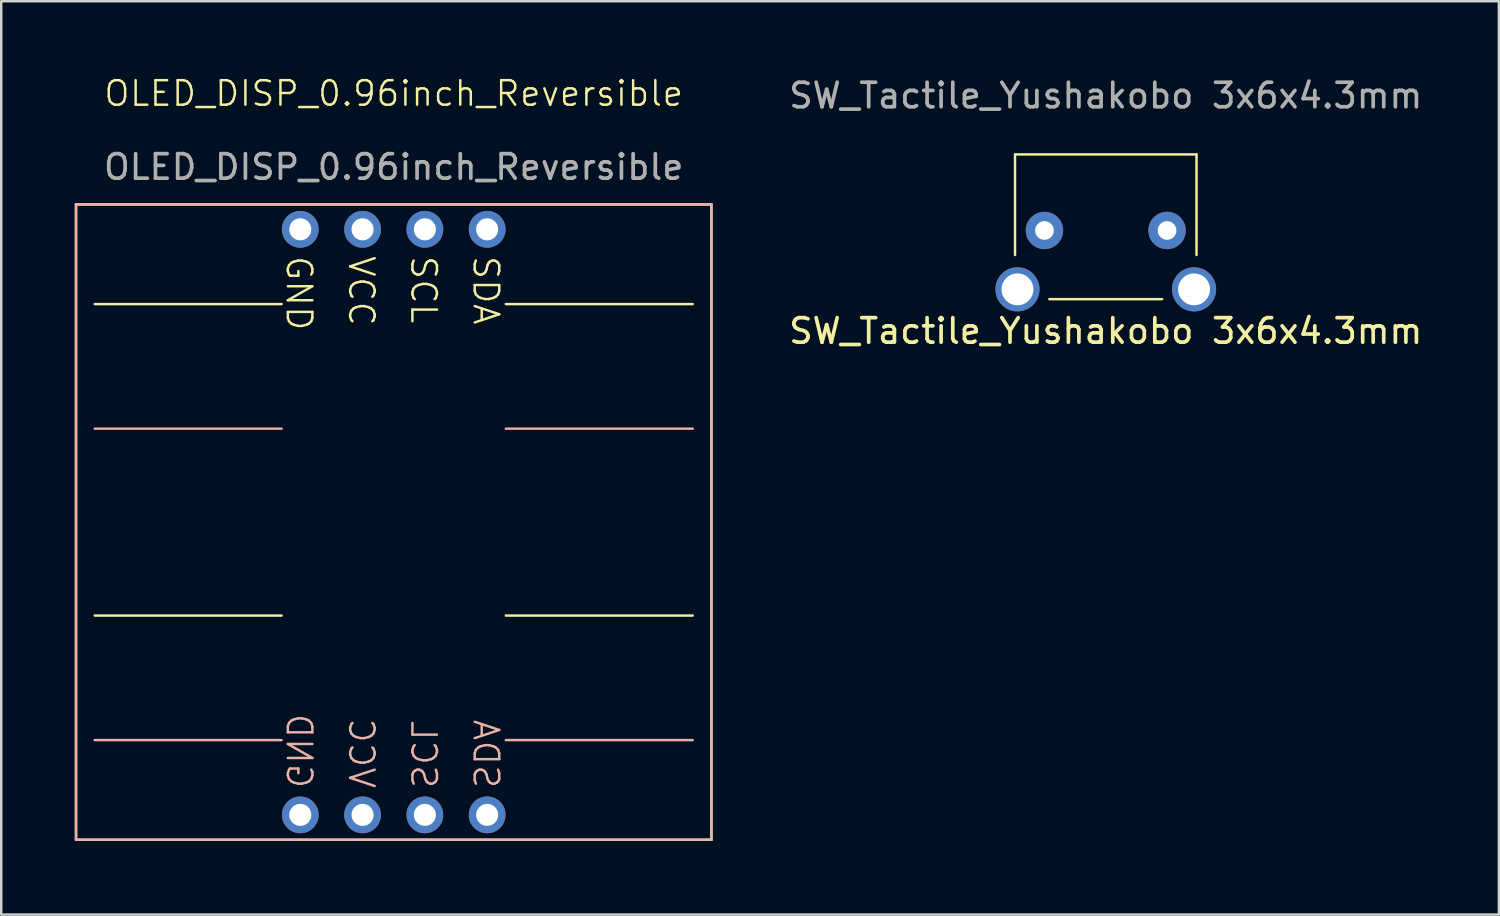
<source format=kicad_pcb>
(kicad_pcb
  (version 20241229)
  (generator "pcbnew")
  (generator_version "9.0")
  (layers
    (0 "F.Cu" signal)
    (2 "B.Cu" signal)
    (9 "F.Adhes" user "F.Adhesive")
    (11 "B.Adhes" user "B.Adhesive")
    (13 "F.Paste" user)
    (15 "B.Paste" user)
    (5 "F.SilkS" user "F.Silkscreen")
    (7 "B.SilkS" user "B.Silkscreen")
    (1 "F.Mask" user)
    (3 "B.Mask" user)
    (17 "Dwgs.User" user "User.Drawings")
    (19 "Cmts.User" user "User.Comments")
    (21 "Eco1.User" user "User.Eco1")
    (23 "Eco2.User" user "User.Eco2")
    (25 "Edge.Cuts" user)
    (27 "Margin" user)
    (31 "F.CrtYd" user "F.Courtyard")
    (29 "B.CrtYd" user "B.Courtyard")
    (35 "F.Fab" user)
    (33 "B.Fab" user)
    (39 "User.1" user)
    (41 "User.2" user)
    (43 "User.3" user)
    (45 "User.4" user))
  (footprint "OLED_DISP_0.96inch_Reversible"
    (layer "F.Cu")
    (at 13.004 6.301)
    (property "Reference" "OLED_DISP_0.96inch_Reversible" (at 0 -5.54 0) (unlocked yes) (layer "F.SilkS") (effects (font (size 1 1) (thickness 0.1))))
    (attr smd)
    (fp_line (start -12.954 -1.016) (end -12.954 24.892) (stroke (width 0.1) (type default)) (layer "F.SilkS"))
    (fp_line (start -12.954 -1.016) (end 12.954 -1.016) (stroke (width 0.1) (type default)) (layer "F.SilkS"))
    (fp_line (start -12.954 24.892) (end 12.954 24.892) (stroke (width 0.1) (type default)) (layer "F.SilkS"))
    (fp_line (start -12.192 3.048) (end -4.572 3.048) (stroke (width 0.1) (type default)) (layer "F.SilkS"))
    (fp_line (start -12.192 15.748) (end -4.572 15.748) (stroke (width 0.1) (type default)) (layer "F.SilkS"))
    (fp_line (start 4.572 3.048) (end 12.192 3.048) (stroke (width 0.1) (type default)) (layer "F.SilkS"))
    (fp_line (start 4.572 15.748) (end 12.192 15.748) (stroke (width 0.1) (type default)) (layer "F.SilkS"))
    (fp_line (start 12.954 -1.016) (end 12.954 24.892) (stroke (width 0.1) (type default)) (layer "F.SilkS"))
    (fp_line (start -12.954 -1.016) (end 12.954 -1.016) (stroke (width 0.1) (type default)) (layer "B.SilkS"))
    (fp_line (start -12.954 24.892) (end -12.954 -1.016) (stroke (width 0.1) (type default)) (layer "B.SilkS"))
    (fp_line (start -12.192 8.128) (end -4.572 8.128) (stroke (width 0.1) (type default)) (layer "B.SilkS"))
    (fp_line (start -12.192 20.828) (end -4.572 20.828) (stroke (width 0.1) (type default)) (layer "B.SilkS"))
    (fp_line (start 12.192 8.128) (end 4.572 8.128) (stroke (width 0.1) (type default)) (layer "B.SilkS"))
    (fp_line (start 12.192 20.828) (end 4.572 20.828) (stroke (width 0.1) (type default)) (layer "B.SilkS"))
    (fp_line (start 12.954 -1.016) (end 12.954 24.892) (stroke (width 0.1) (type default)) (layer "B.SilkS"))
    (fp_line (start 12.954 24.892) (end -12.954 24.892) (stroke (width 0.1) (type default)) (layer "B.SilkS"))
    (fp_text user "VCC" (at -1.905 1.016 270) (unlocked yes) (layer "F.SilkS") (effects (font (size 1 1) (thickness 0.1)) (justify left bottom)))
    (fp_text user "GND" (at -4.445 1.016 270) (unlocked yes) (layer "F.SilkS") (effects (font (size 1 1) (thickness 0.1)) (justify left bottom)))
    (fp_text user "SCL" (at 0.635 1.016 270) (unlocked yes) (layer "F.SilkS") (effects (font (size 1 1) (thickness 0.1)) (justify left bottom)))
    (fp_text user "SDA" (at 3.175 1.016 270) (unlocked yes) (layer "F.SilkS") (effects (font (size 1 1) (thickness 0.1)) (justify left bottom)))
    (fp_text user "SDA" (at 3.175 22.86 270) (unlocked yes) (layer "B.SilkS") (effects (font (size 1 1) (thickness 0.1)) (justify left bottom mirror)))
    (fp_text user "VCC" (at -1.905 22.86 270) (unlocked yes) (layer "B.SilkS") (effects (font (size 1 1) (thickness 0.1)) (justify left bottom mirror)))
    (fp_text user "SCL" (at 0.635 22.86 270) (unlocked yes) (layer "B.SilkS") (effects (font (size 1 1) (thickness 0.1)) (justify left bottom mirror)))
    (fp_text user "GND" (at -4.445 22.86 270) (unlocked yes) (layer "B.SilkS") (effects (font (size 1 1) (thickness 0.1)) (justify left bottom mirror)))
    (fp_text user "${REFERENCE}" (at 0 -2.54 0) (unlocked yes) (layer "F.Fab") (effects (font (size 1 1) (thickness 0.15))))
    (pad "1" thru_hole circle (at -3.81 0) (size 1.5 1.5) (drill 0.9) (layers "*.Cu" "*.Mask"))
    (pad "1" thru_hole circle (at -3.81 23.876) (size 1.5 1.5) (drill 0.9) (layers "*.Cu" "*.Mask"))
    (pad "2" thru_hole circle (at -1.27 0) (size 1.5 1.5) (drill 0.9) (layers "*.Cu" "*.Mask"))
    (pad "2" thru_hole circle (at -1.27 23.876) (size 1.5 1.5) (drill 0.9) (layers "*.Cu" "*.Mask"))
    (pad "3" thru_hole circle (at 1.27 0) (size 1.5 1.5) (drill 0.9) (layers "*.Cu" "*.Mask"))
    (pad "3" thru_hole circle (at 1.27 23.876) (size 1.5 1.5) (drill 0.9) (layers "*.Cu" "*.Mask"))
    (pad "4" thru_hole circle (at 3.81 0) (size 1.5 1.5) (drill 0.9) (layers "*.Cu" "*.Mask"))
    (pad "4" thru_hole circle (at 3.81 23.876) (size 1.5 1.5) (drill 0.9) (layers "*.Cu" "*.Mask")))
  (footprint "SW_Tactile_Yushakobo 3x6x4.3mm"
    (layer "F.Cu")
    (at 39.538 6.348)
    (property "Reference" "SW_Tactile_Yushakobo 3x6x4.3mm" (at 2.5 4.1 0) (unlocked yes) (layer "F.SilkS") (effects (font (size 1 1) (thickness 0.15))))
    (attr through_hole)
    (fp_line (start -1.2 -3.1) (end 6.2 -3.1) (stroke (width 0.1) (type solid)) (layer "F.SilkS"))
    (fp_line (start -1.2 1) (end -1.2 -3.1) (stroke (width 0.1) (type solid)) (layer "F.SilkS"))
    (fp_line (start 4.8 2.8) (end 0.2 2.8) (stroke (width 0.1) (type solid)) (layer "F.SilkS"))
    (fp_line (start 6.2 -3.1) (end 6.2 1) (stroke (width 0.1) (type solid)) (layer "F.SilkS"))
    (fp_text user "${REFERENCE}" (at 2.5 -5.5 0) (unlocked yes) (layer "F.Fab") (effects (font (size 1 1) (thickness 0.15))))
    (pad "1" thru_hole circle (at 0 0) (size 1.524 1.524) (drill 0.762) (layers "*.Cu" "*.Mask"))
    (pad "2" thru_hole circle (at 5 0) (size 1.524 1.524) (drill 0.762) (layers "*.Cu" "*.Mask"))
    (pad "3" thru_hole circle (at -1.1 2.4) (size 1.8 1.8) (drill 1.3) (layers "*.Cu" "*.Mask"))
    (pad "3" thru_hole circle (at 6.1 2.4) (size 1.8 1.8) (drill 1.3) (layers "*.Cu" "*.Mask")))
  (gr_rect
    (start -3 -3)
    (end 58.068 34.242)
    (stroke (width 0.1) (type default))
    (fill no)
    (layer "Edge.Cuts")))
</source>
